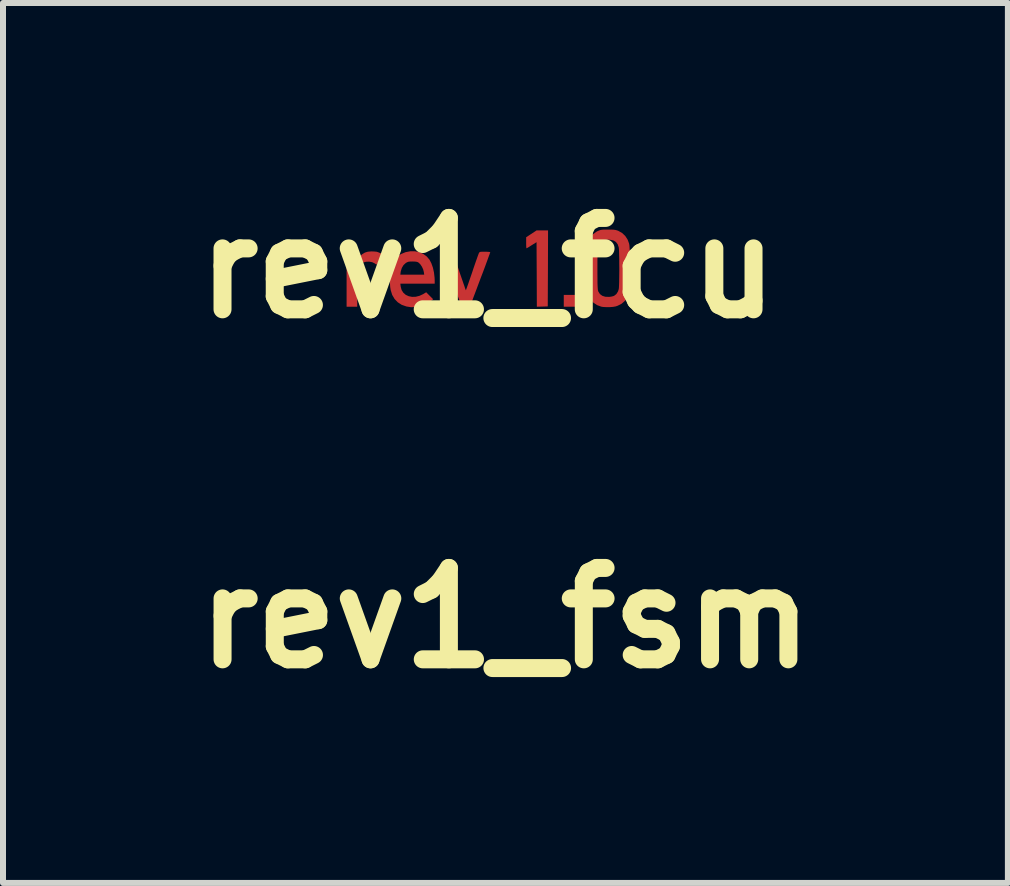
<source format=kicad_pcb>
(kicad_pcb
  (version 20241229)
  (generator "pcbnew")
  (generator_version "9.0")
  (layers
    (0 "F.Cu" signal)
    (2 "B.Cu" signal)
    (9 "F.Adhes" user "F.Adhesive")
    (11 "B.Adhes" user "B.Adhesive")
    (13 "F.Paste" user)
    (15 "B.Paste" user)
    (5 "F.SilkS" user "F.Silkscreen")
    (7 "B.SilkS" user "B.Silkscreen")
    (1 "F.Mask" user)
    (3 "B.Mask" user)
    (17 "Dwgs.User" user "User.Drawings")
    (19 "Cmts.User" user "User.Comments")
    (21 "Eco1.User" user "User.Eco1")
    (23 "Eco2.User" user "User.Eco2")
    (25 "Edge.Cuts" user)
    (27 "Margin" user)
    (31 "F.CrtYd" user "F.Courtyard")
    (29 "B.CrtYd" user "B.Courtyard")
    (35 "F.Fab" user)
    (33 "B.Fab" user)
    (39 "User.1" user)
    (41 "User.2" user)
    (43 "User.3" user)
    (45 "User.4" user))
  (footprint "rev1_fcu"
    (layer "F.Cu")
    (at 5.087 1.418)
    (property "Reference" "rev1_fcu" (at 0 0 0) (layer "F.SilkS") (effects (font (size 1.524 1.524) (thickness 0.3))))
    (attr board_only exclude_from_pos_files exclude_from_bom)
    (fp_poly (pts (xy 1.45 0.646) (xy 1.263 0.646) (xy 1.263 0.449) (xy 1.45 0.449)) (stroke (width 0) (type solid)) (fill yes) (layer "F.Cu"))
    (fp_poly (pts (xy 0.999 0.007) (xy 0.996 0.641) (xy 0.905 0.644) (xy 0.814 0.646) (xy 0.812 0.108) (xy 0.809 -0.43) (xy 0.727 -0.379) (xy 0.693 -0.357) (xy 0.665 -0.34) (xy 0.646 -0.33) (xy 0.641 -0.327) (xy 0.639 -0.336) (xy 0.637 -0.36) (xy 0.636 -0.394) (xy 0.636 -0.42) (xy 0.636 -0.512) (xy 0.81 -0.627) (xy 1.001 -0.627)) (stroke (width 0) (type solid)) (fill yes) (layer "F.Cu"))
    (fp_poly (pts (xy -1.889 -0.274) (xy -1.854 -0.27) (xy -1.825 -0.26) (xy -1.815 -0.256) (xy -1.779 -0.239) (xy -1.757 -0.225) (xy -1.748 -0.211) (xy -1.752 -0.193) (xy -1.769 -0.168) (xy -1.795 -0.132) (xy -1.82 -0.101) (xy -1.84 -0.075) (xy -1.854 -0.06) (xy -1.858 -0.056) (xy -1.868 -0.061) (xy -1.886 -0.073) (xy -1.889 -0.076) (xy -1.93 -0.096) (xy -1.98 -0.105) (xy -2.033 -0.104) (xy -2.083 -0.091) (xy -2.115 -0.074) (xy -2.13 -0.063) (xy -2.143 -0.052) (xy -2.153 -0.039) (xy -2.16 -0.022) (xy -2.166 0.001) (xy -2.17 0.032) (xy -2.173 0.072) (xy -2.175 0.125) (xy -2.177 0.191) (xy -2.178 0.272) (xy -2.178 0.325) (xy -2.181 0.646) (xy -2.358 0.646) (xy -2.358 -0.271) (xy -2.18 -0.271) (xy -2.18 -0.148) (xy -2.139 -0.19) (xy -2.095 -0.231) (xy -2.052 -0.257) (xy -2.005 -0.271) (xy -1.948 -0.276) (xy -1.937 -0.276)) (stroke (width 0) (type solid)) (fill yes) (layer "F.Cu"))
    (fp_poly (pts (xy -1.147 -0.264) (xy -1.08 -0.234) (xy -1.021 -0.191) (xy -0.976 -0.138) (xy -0.945 -0.079) (xy -0.919 -0.006) (xy -0.901 0.076) (xy -0.891 0.162) (xy -0.889 0.208) (xy -0.889 0.262) (xy -1.462 0.262) (xy -1.456 0.311) (xy -1.441 0.367) (xy -1.412 0.413) (xy -1.372 0.448) (xy -1.322 0.471) (xy -1.266 0.482) (xy -1.205 0.48) (xy -1.142 0.464) (xy -1.082 0.436) (xy -1.031 0.405) (xy -0.973 0.463) (xy -0.915 0.521) (xy -0.95 0.55) (xy -1.024 0.599) (xy -1.106 0.633) (xy -1.194 0.652) (xy -1.284 0.654) (xy -1.361 0.642) (xy -1.44 0.614) (xy -1.505 0.572) (xy -1.558 0.517) (xy -1.598 0.449) (xy -1.623 0.368) (xy -1.623 0.367) (xy -1.631 0.318) (xy -1.635 0.257) (xy -1.636 0.19) (xy -1.635 0.123) (xy -1.634 0.112) (xy -1.462 0.112) (xy -1.064 0.112) (xy -1.07 0.069) (xy -1.081 0.025) (xy -1.102 -0.021) (xy -1.128 -0.06) (xy -1.155 -0.087) (xy -1.173 -0.098) (xy -1.195 -0.104) (xy -1.225 -0.107) (xy -1.259 -0.108) (xy -1.299 -0.107) (xy -1.327 -0.104) (xy -1.348 -0.096) (xy -1.37 -0.084) (xy -1.372 -0.082) (xy -1.409 -0.048) (xy -1.437 -0.001) (xy -1.454 0.053) (xy -1.457 0.071) (xy -1.462 0.112) (xy -1.634 0.112) (xy -1.63 0.062) (xy -1.624 0.017) (xy -1.598 -0.065) (xy -1.561 -0.135) (xy -1.511 -0.191) (xy -1.453 -0.231) (xy -1.376 -0.263) (xy -1.298 -0.278) (xy -1.221 -0.279)) (stroke (width 0) (type solid)) (fill yes) (layer "F.Cu"))
    (fp_poly (pts (xy -0.679 -0.271) (xy -0.644 -0.269) (xy -0.615 -0.266) (xy -0.596 -0.262) (xy -0.592 -0.26) (xy -0.587 -0.248) (xy -0.577 -0.221) (xy -0.562 -0.181) (xy -0.543 -0.129) (xy -0.522 -0.068) (xy -0.498 0.000352) (xy -0.478 0.061) (xy -0.453 0.133) (xy -0.43 0.199) (xy -0.41 0.258) (xy -0.393 0.306) (xy -0.381 0.343) (xy -0.372 0.365) (xy -0.37 0.372) (xy -0.366 0.364) (xy -0.358 0.341) (xy -0.344 0.303) (xy -0.327 0.255) (xy -0.307 0.196) (xy -0.284 0.13) (xy -0.266 0.078) (xy -0.242 0.005) (xy -0.219 -0.062) (xy -0.198 -0.122) (xy -0.18 -0.173) (xy -0.166 -0.212) (xy -0.156 -0.238) (xy -0.153 -0.246) (xy -0.146 -0.258) (xy -0.138 -0.265) (xy -0.124 -0.269) (xy -0.1 -0.271) (xy -0.063 -0.271) (xy -0.051 -0.271) (xy -0.013 -0.27) (xy 0.017 -0.268) (xy 0.034 -0.265) (xy 0.037 -0.263) (xy 0.034 -0.253) (xy 0.025 -0.227) (xy 0.01 -0.187) (xy -0.009 -0.134) (xy -0.032 -0.071) (xy -0.059 0.002) (xy -0.089 0.082) (xy -0.122 0.167) (xy -0.131 0.192) (xy -0.164 0.279) (xy -0.194 0.36) (xy -0.222 0.434) (xy -0.247 0.5) (xy -0.267 0.555) (xy -0.283 0.598) (xy -0.294 0.627) (xy -0.299 0.641) (xy -0.299 0.642) (xy -0.308 0.644) (xy -0.331 0.645) (xy -0.363 0.646) (xy -0.368 0.646) (xy -0.437 0.646) (xy -0.607 0.194) (xy -0.64 0.106) (xy -0.67 0.024) (xy -0.698 -0.051) (xy -0.723 -0.117) (xy -0.744 -0.173) (xy -0.76 -0.218) (xy -0.771 -0.248) (xy -0.776 -0.263) (xy -0.777 -0.265) (xy -0.768 -0.269) (xy -0.746 -0.271) (xy -0.714 -0.272)) (stroke (width 0) (type solid)) (fill yes) (layer "F.Cu"))
    (fp_poly (pts (xy 2.002 -0.64) (xy 2.055 -0.64) (xy 2.094 -0.638) (xy 2.124 -0.634) (xy 2.15 -0.627) (xy 2.17 -0.62) (xy 2.235 -0.584) (xy 2.288 -0.534) (xy 2.328 -0.472) (xy 2.352 -0.407) (xy 2.357 -0.38) (xy 2.36 -0.338) (xy 2.363 -0.282) (xy 2.366 -0.215) (xy 2.367 -0.141) (xy 2.368 -0.062) (xy 2.368 0.02) (xy 2.368 0.101) (xy 2.367 0.178) (xy 2.365 0.25) (xy 2.362 0.313) (xy 2.359 0.365) (xy 2.355 0.402) (xy 2.353 0.417) (xy 2.325 0.487) (xy 2.283 0.548) (xy 2.228 0.596) (xy 2.161 0.63) (xy 2.129 0.641) (xy 2.083 0.649) (xy 2.028 0.653) (xy 1.97 0.653) (xy 1.917 0.65) (xy 1.887 0.645) (xy 1.818 0.619) (xy 1.756 0.578) (xy 1.705 0.523) (xy 1.667 0.459) (xy 1.663 0.45) (xy 1.658 0.437) (xy 1.654 0.424) (xy 1.65 0.41) (xy 1.648 0.392) (xy 1.646 0.368) (xy 1.644 0.338) (xy 1.643 0.298) (xy 1.642 0.248) (xy 1.642 0.184) (xy 1.642 0.106) (xy 1.642 0.011) (xy 1.642 0.005) (xy 1.642 0.002) (xy 1.824 0.002) (xy 1.824 0.095) (xy 1.825 0.171) (xy 1.825 0.232) (xy 1.826 0.281) (xy 1.828 0.318) (xy 1.83 0.346) (xy 1.832 0.367) (xy 1.836 0.382) (xy 1.839 0.393) (xy 1.866 0.435) (xy 1.905 0.464) (xy 1.956 0.48) (xy 2.019 0.482) (xy 2.023 0.482) (xy 2.059 0.477) (xy 2.09 0.469) (xy 2.104 0.463) (xy 2.14 0.435) (xy 2.167 0.392) (xy 2.179 0.355) (xy 2.182 0.335) (xy 2.184 0.298) (xy 2.186 0.248) (xy 2.187 0.186) (xy 2.188 0.115) (xy 2.189 0.037) (xy 2.189 0.005) (xy 2.188 -0.075) (xy 2.188 -0.15) (xy 2.186 -0.215) (xy 2.185 -0.271) (xy 2.183 -0.313) (xy 2.18 -0.339) (xy 2.179 -0.345) (xy 2.161 -0.397) (xy 2.132 -0.434) (xy 2.092 -0.458) (xy 2.039 -0.47) (xy 2.007 -0.472) (xy 1.947 -0.468) (xy 1.902 -0.453) (xy 1.867 -0.426) (xy 1.845 -0.393) (xy 1.84 -0.382) (xy 1.836 -0.371) (xy 1.832 -0.358) (xy 1.829 -0.34) (xy 1.827 -0.317) (xy 1.826 -0.286) (xy 1.825 -0.245) (xy 1.825 -0.192) (xy 1.824 -0.126) (xy 1.824 -0.043) (xy 1.824 0.002) (xy 1.642 0.002) (xy 1.642 -0.091) (xy 1.642 -0.171) (xy 1.642 -0.235) (xy 1.643 -0.286) (xy 1.644 -0.326) (xy 1.645 -0.357) (xy 1.647 -0.381) (xy 1.65 -0.399) (xy 1.653 -0.414) (xy 1.658 -0.427) (xy 1.663 -0.44) (xy 1.663 -0.442) (xy 1.699 -0.507) (xy 1.75 -0.563) (xy 1.81 -0.606) (xy 1.826 -0.614) (xy 1.852 -0.625) (xy 1.875 -0.633) (xy 1.898 -0.637) (xy 1.928 -0.64) (xy 1.969 -0.64)) (stroke (width 0) (type solid)) (fill yes) (layer "F.Cu")))
  (footprint "rev1_fsm"
    (layer "F.Cu")
    (at 5.378 7.254)
    (property "Reference" "rev1_fsm" (at 0 0 0) (layer "F.SilkS") (effects (font (size 1.524 1.524) (thickness 0.3))))
    (attr board_only exclude_from_pos_files exclude_from_bom)
    (fp_poly (pts (xy 1.45 0.646) (xy 1.263 0.646) (xy 1.263 0.449) (xy 1.45 0.449)) (stroke (width 0) (type solid)) (fill yes) (layer "F.Mask"))
    (fp_poly (pts (xy 0.999 0.007) (xy 0.996 0.641) (xy 0.905 0.644) (xy 0.814 0.646) (xy 0.812 0.108) (xy 0.809 -0.43) (xy 0.727 -0.379) (xy 0.693 -0.357) (xy 0.665 -0.34) (xy 0.646 -0.33) (xy 0.641 -0.327) (xy 0.639 -0.336) (xy 0.637 -0.36) (xy 0.636 -0.394) (xy 0.636 -0.42) (xy 0.636 -0.512) (xy 0.81 -0.627) (xy 1.001 -0.627)) (stroke (width 0) (type solid)) (fill yes) (layer "F.Mask"))
    (fp_poly (pts (xy -1.889 -0.274) (xy -1.854 -0.27) (xy -1.825 -0.26) (xy -1.815 -0.256) (xy -1.779 -0.239) (xy -1.757 -0.225) (xy -1.748 -0.211) (xy -1.752 -0.193) (xy -1.769 -0.168) (xy -1.795 -0.132) (xy -1.82 -0.101) (xy -1.84 -0.075) (xy -1.854 -0.06) (xy -1.858 -0.056) (xy -1.868 -0.061) (xy -1.886 -0.073) (xy -1.889 -0.076) (xy -1.93 -0.096) (xy -1.98 -0.105) (xy -2.033 -0.104) (xy -2.083 -0.091) (xy -2.115 -0.074) (xy -2.13 -0.063) (xy -2.143 -0.052) (xy -2.153 -0.039) (xy -2.16 -0.022) (xy -2.166 0.001) (xy -2.17 0.032) (xy -2.173 0.072) (xy -2.175 0.125) (xy -2.177 0.191) (xy -2.178 0.272) (xy -2.178 0.325) (xy -2.181 0.646) (xy -2.358 0.646) (xy -2.358 -0.271) (xy -2.18 -0.271) (xy -2.18 -0.148) (xy -2.139 -0.19) (xy -2.095 -0.231) (xy -2.052 -0.257) (xy -2.005 -0.271) (xy -1.948 -0.276) (xy -1.937 -0.276)) (stroke (width 0) (type solid)) (fill yes) (layer "F.Mask"))
    (fp_poly (pts (xy -1.147 -0.264) (xy -1.08 -0.234) (xy -1.021 -0.191) (xy -0.976 -0.138) (xy -0.945 -0.079) (xy -0.919 -0.006) (xy -0.901 0.076) (xy -0.891 0.162) (xy -0.889 0.208) (xy -0.889 0.262) (xy -1.462 0.262) (xy -1.456 0.311) (xy -1.441 0.367) (xy -1.412 0.413) (xy -1.372 0.448) (xy -1.322 0.471) (xy -1.266 0.482) (xy -1.205 0.48) (xy -1.142 0.464) (xy -1.082 0.436) (xy -1.031 0.405) (xy -0.973 0.463) (xy -0.915 0.521) (xy -0.95 0.55) (xy -1.024 0.599) (xy -1.106 0.633) (xy -1.194 0.652) (xy -1.284 0.654) (xy -1.361 0.642) (xy -1.44 0.614) (xy -1.505 0.572) (xy -1.558 0.517) (xy -1.598 0.449) (xy -1.623 0.368) (xy -1.623 0.367) (xy -1.631 0.318) (xy -1.635 0.257) (xy -1.636 0.19) (xy -1.635 0.123) (xy -1.634 0.112) (xy -1.462 0.112) (xy -1.064 0.112) (xy -1.07 0.069) (xy -1.081 0.025) (xy -1.102 -0.021) (xy -1.128 -0.06) (xy -1.155 -0.087) (xy -1.173 -0.098) (xy -1.195 -0.104) (xy -1.225 -0.107) (xy -1.259 -0.108) (xy -1.299 -0.107) (xy -1.327 -0.104) (xy -1.348 -0.096) (xy -1.37 -0.084) (xy -1.372 -0.082) (xy -1.409 -0.048) (xy -1.437 -0.001) (xy -1.454 0.053) (xy -1.457 0.071) (xy -1.462 0.112) (xy -1.634 0.112) (xy -1.63 0.062) (xy -1.624 0.017) (xy -1.598 -0.065) (xy -1.561 -0.135) (xy -1.511 -0.191) (xy -1.453 -0.231) (xy -1.376 -0.263) (xy -1.298 -0.278) (xy -1.221 -0.279)) (stroke (width 0) (type solid)) (fill yes) (layer "F.Mask"))
    (fp_poly (pts (xy -0.679 -0.271) (xy -0.644 -0.269) (xy -0.615 -0.266) (xy -0.596 -0.262) (xy -0.592 -0.26) (xy -0.587 -0.248) (xy -0.577 -0.221) (xy -0.562 -0.181) (xy -0.543 -0.129) (xy -0.522 -0.068) (xy -0.498 0.000352) (xy -0.478 0.061) (xy -0.453 0.133) (xy -0.43 0.199) (xy -0.41 0.258) (xy -0.393 0.306) (xy -0.381 0.343) (xy -0.372 0.365) (xy -0.37 0.372) (xy -0.366 0.364) (xy -0.358 0.341) (xy -0.344 0.303) (xy -0.327 0.255) (xy -0.307 0.196) (xy -0.284 0.13) (xy -0.266 0.078) (xy -0.242 0.005) (xy -0.219 -0.062) (xy -0.198 -0.122) (xy -0.18 -0.173) (xy -0.166 -0.212) (xy -0.156 -0.238) (xy -0.153 -0.246) (xy -0.146 -0.258) (xy -0.138 -0.265) (xy -0.124 -0.269) (xy -0.1 -0.271) (xy -0.063 -0.271) (xy -0.051 -0.271) (xy -0.013 -0.27) (xy 0.017 -0.268) (xy 0.034 -0.265) (xy 0.037 -0.263) (xy 0.034 -0.253) (xy 0.025 -0.227) (xy 0.01 -0.187) (xy -0.009 -0.134) (xy -0.032 -0.071) (xy -0.059 0.002) (xy -0.089 0.082) (xy -0.122 0.167) (xy -0.131 0.192) (xy -0.164 0.279) (xy -0.194 0.36) (xy -0.222 0.434) (xy -0.247 0.5) (xy -0.267 0.555) (xy -0.283 0.598) (xy -0.294 0.627) (xy -0.299 0.641) (xy -0.299 0.642) (xy -0.308 0.644) (xy -0.331 0.645) (xy -0.363 0.646) (xy -0.368 0.646) (xy -0.437 0.646) (xy -0.607 0.194) (xy -0.64 0.106) (xy -0.67 0.024) (xy -0.698 -0.051) (xy -0.723 -0.117) (xy -0.744 -0.173) (xy -0.76 -0.218) (xy -0.771 -0.248) (xy -0.776 -0.263) (xy -0.777 -0.265) (xy -0.768 -0.269) (xy -0.746 -0.271) (xy -0.714 -0.272)) (stroke (width 0) (type solid)) (fill yes) (layer "F.Mask"))
    (fp_poly (pts (xy 2.002 -0.64) (xy 2.055 -0.64) (xy 2.094 -0.638) (xy 2.124 -0.634) (xy 2.15 -0.627) (xy 2.17 -0.62) (xy 2.235 -0.584) (xy 2.288 -0.534) (xy 2.328 -0.472) (xy 2.352 -0.407) (xy 2.357 -0.38) (xy 2.36 -0.338) (xy 2.363 -0.282) (xy 2.366 -0.215) (xy 2.367 -0.141) (xy 2.368 -0.062) (xy 2.368 0.02) (xy 2.368 0.101) (xy 2.367 0.178) (xy 2.365 0.25) (xy 2.362 0.313) (xy 2.359 0.365) (xy 2.355 0.402) (xy 2.353 0.417) (xy 2.325 0.487) (xy 2.283 0.548) (xy 2.228 0.596) (xy 2.161 0.63) (xy 2.129 0.641) (xy 2.083 0.649) (xy 2.028 0.653) (xy 1.97 0.653) (xy 1.917 0.65) (xy 1.887 0.645) (xy 1.818 0.619) (xy 1.756 0.578) (xy 1.705 0.523) (xy 1.667 0.459) (xy 1.663 0.45) (xy 1.658 0.437) (xy 1.654 0.424) (xy 1.65 0.41) (xy 1.648 0.392) (xy 1.646 0.368) (xy 1.644 0.338) (xy 1.643 0.298) (xy 1.642 0.248) (xy 1.642 0.184) (xy 1.642 0.106) (xy 1.642 0.011) (xy 1.642 0.005) (xy 1.642 0.002) (xy 1.824 0.002) (xy 1.824 0.095) (xy 1.825 0.171) (xy 1.825 0.232) (xy 1.826 0.281) (xy 1.828 0.318) (xy 1.83 0.346) (xy 1.832 0.367) (xy 1.836 0.382) (xy 1.839 0.393) (xy 1.866 0.435) (xy 1.905 0.464) (xy 1.956 0.48) (xy 2.019 0.482) (xy 2.023 0.482) (xy 2.059 0.477) (xy 2.09 0.469) (xy 2.104 0.463) (xy 2.14 0.435) (xy 2.167 0.392) (xy 2.179 0.355) (xy 2.182 0.335) (xy 2.184 0.298) (xy 2.186 0.248) (xy 2.187 0.186) (xy 2.188 0.115) (xy 2.189 0.037) (xy 2.189 0.005) (xy 2.188 -0.075) (xy 2.188 -0.15) (xy 2.186 -0.215) (xy 2.185 -0.271) (xy 2.183 -0.313) (xy 2.18 -0.339) (xy 2.179 -0.345) (xy 2.161 -0.397) (xy 2.132 -0.434) (xy 2.092 -0.458) (xy 2.039 -0.47) (xy 2.007 -0.472) (xy 1.947 -0.468) (xy 1.902 -0.453) (xy 1.867 -0.426) (xy 1.845 -0.393) (xy 1.84 -0.382) (xy 1.836 -0.371) (xy 1.832 -0.358) (xy 1.829 -0.34) (xy 1.827 -0.317) (xy 1.826 -0.286) (xy 1.825 -0.245) (xy 1.825 -0.192) (xy 1.824 -0.126) (xy 1.824 -0.043) (xy 1.824 0.002) (xy 1.642 0.002) (xy 1.642 -0.091) (xy 1.642 -0.171) (xy 1.642 -0.235) (xy 1.643 -0.286) (xy 1.644 -0.326) (xy 1.645 -0.357) (xy 1.647 -0.381) (xy 1.65 -0.399) (xy 1.653 -0.414) (xy 1.658 -0.427) (xy 1.663 -0.44) (xy 1.663 -0.442) (xy 1.699 -0.507) (xy 1.75 -0.563) (xy 1.81 -0.606) (xy 1.826 -0.614) (xy 1.852 -0.625) (xy 1.875 -0.633) (xy 1.898 -0.637) (xy 1.928 -0.64) (xy 1.969 -0.64)) (stroke (width 0) (type solid)) (fill yes) (layer "F.Mask")))
  (gr_rect
    (start -3 -3)
    (end 13.755 11.672)
    (stroke (width 0.1) (type default))
    (fill no)
    (layer "Edge.Cuts")))
</source>
